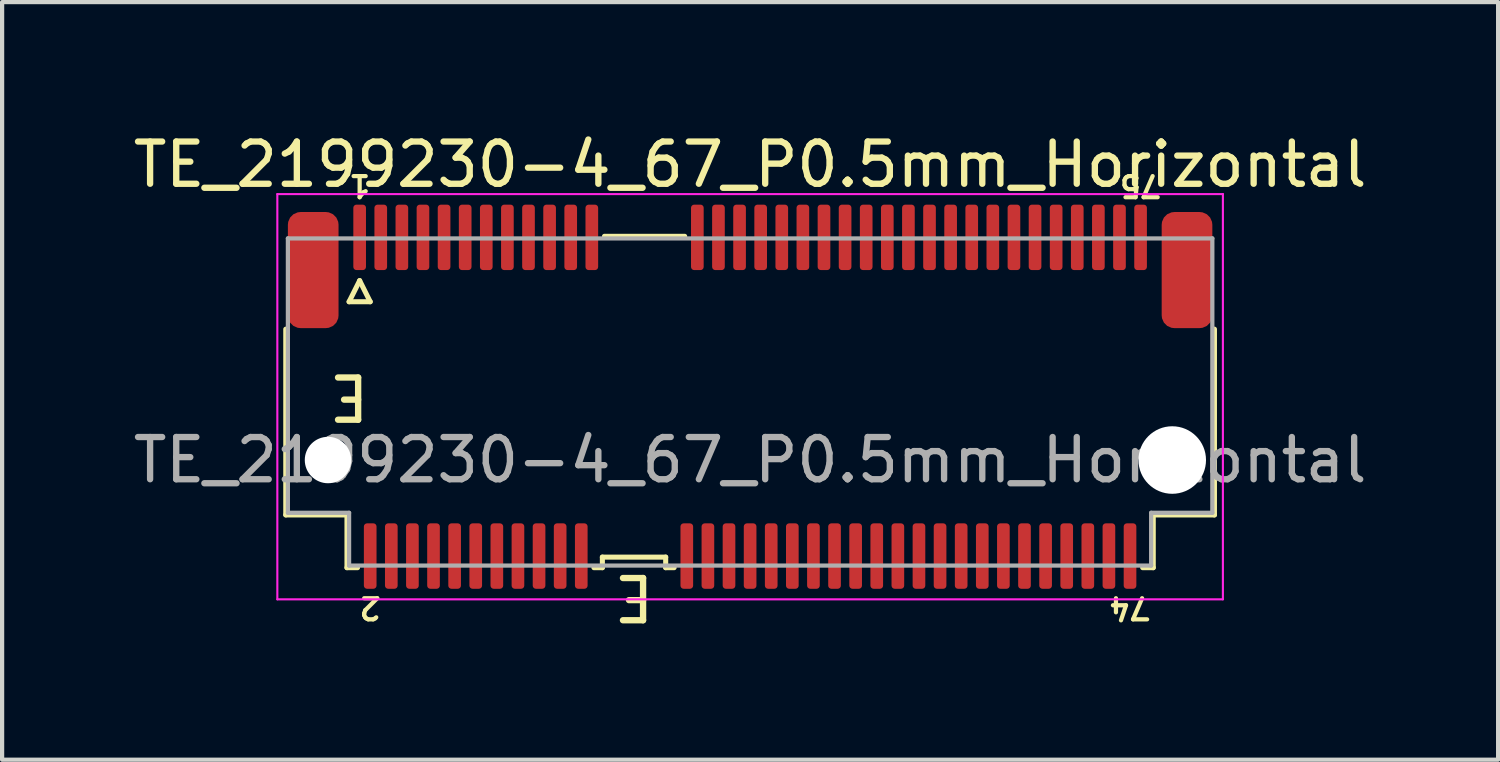
<source format=kicad_pcb>
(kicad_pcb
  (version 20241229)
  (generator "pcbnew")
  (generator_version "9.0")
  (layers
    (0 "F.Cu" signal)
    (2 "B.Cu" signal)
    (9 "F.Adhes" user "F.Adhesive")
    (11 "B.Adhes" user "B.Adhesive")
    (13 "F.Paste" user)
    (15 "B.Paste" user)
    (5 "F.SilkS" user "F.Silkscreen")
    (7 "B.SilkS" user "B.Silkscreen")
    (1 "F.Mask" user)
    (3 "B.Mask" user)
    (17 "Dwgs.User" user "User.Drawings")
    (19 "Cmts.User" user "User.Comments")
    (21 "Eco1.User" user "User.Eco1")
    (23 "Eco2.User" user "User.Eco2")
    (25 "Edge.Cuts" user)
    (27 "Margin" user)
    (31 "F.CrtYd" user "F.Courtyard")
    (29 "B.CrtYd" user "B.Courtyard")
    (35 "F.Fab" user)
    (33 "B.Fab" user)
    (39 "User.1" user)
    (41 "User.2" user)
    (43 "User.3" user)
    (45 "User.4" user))
  (footprint "TE_2199230-4_67_P0.5mm_Horizontal"
    (layer "F.Cu")
    (at 14.72 7.848)
    (property "Reference" "TE_2199230-4_67_P0.5mm_Horizontal" (at 0 -7 0) (unlocked yes) (layer "F.SilkS") (effects (font (size 1 1) (thickness 0.15))))
    (attr smd)
    (fp_line (start -11 -3.1) (end -11 1.3) (stroke (width 0.12) (type solid)) (layer "F.SilkS"))
    (fp_line (start -11 1.3) (end -9.55 1.3) (stroke (width 0.12) (type solid)) (layer "F.SilkS"))
    (fp_line (start -9.55 1.3) (end -9.55 2.55) (stroke (width 0.12) (type solid)) (layer "F.SilkS"))
    (fp_line (start -9.55 2.55) (end -9.3 2.55) (stroke (width 0.12) (type solid)) (layer "F.SilkS"))
    (fp_line (start -9.5 -3.75) (end -9 -3.75) (stroke (width 0.12) (type solid)) (layer "F.SilkS"))
    (fp_line (start -9.25 -4.25) (end -9.5 -3.75) (stroke (width 0.12) (type solid)) (layer "F.SilkS"))
    (fp_line (start -9 -3.75) (end -9.25 -4.25) (stroke (width 0.12) (type solid)) (layer "F.SilkS"))
    (fp_line (start -3.7 2.55) (end -3.5 2.55) (stroke (width 0.12) (type solid)) (layer "F.SilkS"))
    (fp_line (start -3.5 2.3) (end -2 2.3) (stroke (width 0.12) (type solid)) (layer "F.SilkS"))
    (fp_line (start -3.5 2.55) (end -3.5 2.3) (stroke (width 0.12) (type solid)) (layer "F.SilkS"))
    (fp_line (start -3.45 -5.3) (end -1.55 -5.3) (stroke (width 0.12) (type solid)) (layer "F.SilkS"))
    (fp_line (start -2 2.3) (end -2 2.55) (stroke (width 0.12) (type solid)) (layer "F.SilkS"))
    (fp_line (start -2 2.55) (end -1.8 2.55) (stroke (width 0.12) (type solid)) (layer "F.SilkS"))
    (fp_line (start 9.3 2.55) (end 9.55 2.55) (stroke (width 0.12) (type solid)) (layer "F.SilkS"))
    (fp_line (start 9.55 1.3) (end 9.55 2.55) (stroke (width 0.12) (type solid)) (layer "F.SilkS"))
    (fp_line (start 9.55 1.3) (end 11 1.3) (stroke (width 0.12) (type solid)) (layer "F.SilkS"))
    (fp_line (start 11 -3.1) (end 11 1.3) (stroke (width 0.12) (type solid)) (layer "F.SilkS"))
    (fp_line (start -11.2 -6.3) (end 11.2 -6.3) (stroke (width 0.05) (type solid)) (layer "F.CrtYd"))
    (fp_line (start -11.2 3.3) (end -11.2 -6.3) (stroke (width 0.05) (type solid)) (layer "F.CrtYd"))
    (fp_line (start 11.2 -6.3) (end 11.2 3.3) (stroke (width 0.05) (type solid)) (layer "F.CrtYd"))
    (fp_line (start 11.2 3.3) (end -11.2 3.3) (stroke (width 0.05) (type solid)) (layer "F.CrtYd"))
    (fp_line (start -10.95 -5.25) (end 10.95 -5.25) (stroke (width 0.1) (type solid)) (layer "F.Fab"))
    (fp_line (start -10.95 1.25) (end -10.95 -5.25) (stroke (width 0.1) (type solid)) (layer "F.Fab"))
    (fp_line (start -9.5 1.25) (end -10.95 1.25) (stroke (width 0.1) (type solid)) (layer "F.Fab"))
    (fp_line (start -9.5 2.5) (end -9.5 1.25) (stroke (width 0.1) (type solid)) (layer "F.Fab"))
    (fp_line (start 9.5 1.25) (end 9.5 2.5) (stroke (width 0.1) (type solid)) (layer "F.Fab"))
    (fp_line (start 9.5 2.5) (end -9.5 2.5) (stroke (width 0.1) (type solid)) (layer "F.Fab"))
    (fp_line (start 10.95 -5.25) (end 10.95 1.25) (stroke (width 0.1) (type solid)) (layer "F.Fab"))
    (fp_line (start 10.95 1.25) (end 9.5 1.25) (stroke (width 0.1) (type solid)) (layer "F.Fab"))
    (fp_text user "74" (at 9 3.5 180) (unlocked yes) (layer "F.SilkS") (effects (font (size 0.5 0.5) (thickness 0.1))))
    (fp_text user "E" (at -2.75 3.25 180) (unlocked yes) (layer "F.SilkS") (effects (font (size 1 1) (thickness 0.15))))
    (fp_text user "1" (at -9.25 -6.5 180) (unlocked yes) (layer "F.SilkS") (effects (font (size 0.5 0.5) (thickness 0.1))))
    (fp_text user "E" (at -9.5 -1.5 180) (unlocked yes) (layer "F.SilkS") (effects (font (size 1 1) (thickness 0.15))))
    (fp_text user "2" (at -9 3.5 180) (unlocked yes) (layer "F.SilkS") (effects (font (size 0.5 0.5) (thickness 0.1))))
    (fp_text user "75" (at 9.25 -6.5 180) (unlocked yes) (layer "F.SilkS") (effects (font (size 0.5 0.5) (thickness 0.1))))
    (fp_text user "${REFERENCE}" (at 0 0 0) (unlocked yes) (layer "F.Fab") (effects (font (size 1 1) (thickness 0.15))))
    (pad "" np_thru_hole circle (at -10 0) (size 1.1 1.1) (drill 1.1) (layers "*.Cu" "*.Mask"))
    (pad "" np_thru_hole circle (at 10 0) (size 1.6 1.6) (drill 1.6) (layers "*.Cu" "*.Mask"))
    (pad "1" smd roundrect (at -9.25 -5.275) (size 0.3 1.55) (layers "F.Cu" "F.Mask" "F.Paste") (roundrect_rratio 0.25))
    (pad "2" smd roundrect (at -9 2.275) (size 0.3 1.55) (layers "F.Cu" "F.Mask" "F.Paste") (roundrect_rratio 0.25))
    (pad "3" smd roundrect (at -8.75 -5.275) (size 0.3 1.55) (layers "F.Cu" "F.Mask" "F.Paste") (roundrect_rratio 0.25))
    (pad "4" smd roundrect (at -8.5 2.275) (size 0.3 1.55) (layers "F.Cu" "F.Mask" "F.Paste") (roundrect_rratio 0.25))
    (pad "5" smd roundrect (at -8.25 -5.275) (size 0.3 1.55) (layers "F.Cu" "F.Mask" "F.Paste") (roundrect_rratio 0.25))
    (pad "6" smd roundrect (at -8 2.275) (size 0.3 1.55) (layers "F.Cu" "F.Mask" "F.Paste") (roundrect_rratio 0.25))
    (pad "7" smd roundrect (at -7.75 -5.275) (size 0.3 1.55) (layers "F.Cu" "F.Mask" "F.Paste") (roundrect_rratio 0.25))
    (pad "8" smd roundrect (at -7.5 2.275) (size 0.3 1.55) (layers "F.Cu" "F.Mask" "F.Paste") (roundrect_rratio 0.25))
    (pad "9" smd roundrect (at -7.25 -5.275) (size 0.3 1.55) (layers "F.Cu" "F.Mask" "F.Paste") (roundrect_rratio 0.25))
    (pad "10" smd roundrect (at -7 2.275) (size 0.3 1.55) (layers "F.Cu" "F.Mask" "F.Paste") (roundrect_rratio 0.25))
    (pad "11" smd roundrect (at -6.75 -5.275) (size 0.3 1.55) (layers "F.Cu" "F.Mask" "F.Paste") (roundrect_rratio 0.25))
    (pad "12" smd roundrect (at -6.5 2.275) (size 0.3 1.55) (layers "F.Cu" "F.Mask" "F.Paste") (roundrect_rratio 0.25))
    (pad "13" smd roundrect (at -6.25 -5.275) (size 0.3 1.55) (layers "F.Cu" "F.Mask" "F.Paste") (roundrect_rratio 0.25))
    (pad "14" smd roundrect (at -6 2.275) (size 0.3 1.55) (layers "F.Cu" "F.Mask" "F.Paste") (roundrect_rratio 0.25))
    (pad "15" smd roundrect (at -5.75 -5.275) (size 0.3 1.55) (layers "F.Cu" "F.Mask" "F.Paste") (roundrect_rratio 0.25))
    (pad "16" smd roundrect (at -5.5 2.275) (size 0.3 1.55) (layers "F.Cu" "F.Mask" "F.Paste") (roundrect_rratio 0.25))
    (pad "17" smd roundrect (at -5.25 -5.275) (size 0.3 1.55) (layers "F.Cu" "F.Mask" "F.Paste") (roundrect_rratio 0.25))
    (pad "18" smd roundrect (at -5 2.275) (size 0.3 1.55) (layers "F.Cu" "F.Mask" "F.Paste") (roundrect_rratio 0.25))
    (pad "19" smd roundrect (at -4.75 -5.275) (size 0.3 1.55) (layers "F.Cu" "F.Mask" "F.Paste") (roundrect_rratio 0.25))
    (pad "20" smd roundrect (at -4.5 2.275) (size 0.3 1.55) (layers "F.Cu" "F.Mask" "F.Paste") (roundrect_rratio 0.25))
    (pad "21" smd roundrect (at -4.25 -5.275) (size 0.3 1.55) (layers "F.Cu" "F.Mask" "F.Paste") (roundrect_rratio 0.25))
    (pad "22" smd roundrect (at -4 2.275) (size 0.3 1.55) (layers "F.Cu" "F.Mask" "F.Paste") (roundrect_rratio 0.25))
    (pad "23" smd roundrect (at -3.75 -5.275) (size 0.3 1.55) (layers "F.Cu" "F.Mask" "F.Paste") (roundrect_rratio 0.25))
    (pad "32" smd roundrect (at -1.5 2.275) (size 0.3 1.55) (layers "F.Cu" "F.Mask" "F.Paste") (roundrect_rratio 0.25))
    (pad "33" smd roundrect (at -1.25 -5.275) (size 0.3 1.55) (layers "F.Cu" "F.Mask" "F.Paste") (roundrect_rratio 0.25))
    (pad "34" smd roundrect (at -1 2.275) (size 0.3 1.55) (layers "F.Cu" "F.Mask" "F.Paste") (roundrect_rratio 0.25))
    (pad "35" smd roundrect (at -0.75 -5.275) (size 0.3 1.55) (layers "F.Cu" "F.Mask" "F.Paste") (roundrect_rratio 0.25))
    (pad "36" smd roundrect (at -0.5 2.275) (size 0.3 1.55) (layers "F.Cu" "F.Mask" "F.Paste") (roundrect_rratio 0.25))
    (pad "37" smd roundrect (at -0.25 -5.275) (size 0.3 1.55) (layers "F.Cu" "F.Mask" "F.Paste") (roundrect_rratio 0.25))
    (pad "38" smd roundrect (at 0 2.275) (size 0.3 1.55) (layers "F.Cu" "F.Mask" "F.Paste") (roundrect_rratio 0.25))
    (pad "39" smd roundrect (at 0.25 -5.275) (size 0.3 1.55) (layers "F.Cu" "F.Mask" "F.Paste") (roundrect_rratio 0.25))
    (pad "40" smd roundrect (at 0.5 2.275) (size 0.3 1.55) (layers "F.Cu" "F.Mask" "F.Paste") (roundrect_rratio 0.25))
    (pad "41" smd roundrect (at 0.75 -5.275) (size 0.3 1.55) (layers "F.Cu" "F.Mask" "F.Paste") (roundrect_rratio 0.25))
    (pad "42" smd roundrect (at 1 2.275) (size 0.3 1.55) (layers "F.Cu" "F.Mask" "F.Paste") (roundrect_rratio 0.25))
    (pad "43" smd roundrect (at 1.25 -5.275) (size 0.3 1.55) (layers "F.Cu" "F.Mask" "F.Paste") (roundrect_rratio 0.25))
    (pad "44" smd roundrect (at 1.5 2.275) (size 0.3 1.55) (layers "F.Cu" "F.Mask" "F.Paste") (roundrect_rratio 0.25))
    (pad "45" smd roundrect (at 1.75 -5.275) (size 0.3 1.55) (layers "F.Cu" "F.Mask" "F.Paste") (roundrect_rratio 0.25))
    (pad "46" smd roundrect (at 2 2.275) (size 0.3 1.55) (layers "F.Cu" "F.Mask" "F.Paste") (roundrect_rratio 0.25))
    (pad "47" smd roundrect (at 2.25 -5.275) (size 0.3 1.55) (layers "F.Cu" "F.Mask" "F.Paste") (roundrect_rratio 0.25))
    (pad "48" smd roundrect (at 2.5 2.275) (size 0.3 1.55) (layers "F.Cu" "F.Mask" "F.Paste") (roundrect_rratio 0.25))
    (pad "49" smd roundrect (at 2.75 -5.275) (size 0.3 1.55) (layers "F.Cu" "F.Mask" "F.Paste") (roundrect_rratio 0.25))
    (pad "50" smd roundrect (at 3 2.275) (size 0.3 1.55) (layers "F.Cu" "F.Mask" "F.Paste") (roundrect_rratio 0.25))
    (pad "51" smd roundrect (at 3.25 -5.275) (size 0.3 1.55) (layers "F.Cu" "F.Mask" "F.Paste") (roundrect_rratio 0.25))
    (pad "52" smd roundrect (at 3.5 2.275) (size 0.3 1.55) (layers "F.Cu" "F.Mask" "F.Paste") (roundrect_rratio 0.25))
    (pad "53" smd roundrect (at 3.75 -5.275) (size 0.3 1.55) (layers "F.Cu" "F.Mask" "F.Paste") (roundrect_rratio 0.25))
    (pad "54" smd roundrect (at 4 2.275) (size 0.3 1.55) (layers "F.Cu" "F.Mask" "F.Paste") (roundrect_rratio 0.25))
    (pad "55" smd roundrect (at 4.25 -5.275) (size 0.3 1.55) (layers "F.Cu" "F.Mask" "F.Paste") (roundrect_rratio 0.25))
    (pad "56" smd roundrect (at 4.5 2.275) (size 0.3 1.55) (layers "F.Cu" "F.Mask" "F.Paste") (roundrect_rratio 0.25))
    (pad "57" smd roundrect (at 4.75 -5.275) (size 0.3 1.55) (layers "F.Cu" "F.Mask" "F.Paste") (roundrect_rratio 0.25))
    (pad "58" smd roundrect (at 5 2.275) (size 0.3 1.55) (layers "F.Cu" "F.Mask" "F.Paste") (roundrect_rratio 0.25))
    (pad "59" smd roundrect (at 5.25 -5.275) (size 0.3 1.55) (layers "F.Cu" "F.Mask" "F.Paste") (roundrect_rratio 0.25))
    (pad "60" smd roundrect (at 5.5 2.275) (size 0.3 1.55) (layers "F.Cu" "F.Mask" "F.Paste") (roundrect_rratio 0.25))
    (pad "61" smd roundrect (at 5.75 -5.275) (size 0.3 1.55) (layers "F.Cu" "F.Mask" "F.Paste") (roundrect_rratio 0.25))
    (pad "62" smd roundrect (at 6 2.275) (size 0.3 1.55) (layers "F.Cu" "F.Mask" "F.Paste") (roundrect_rratio 0.25))
    (pad "63" smd roundrect (at 6.25 -5.275) (size 0.3 1.55) (layers "F.Cu" "F.Mask" "F.Paste") (roundrect_rratio 0.25))
    (pad "64" smd roundrect (at 6.5 2.275) (size 0.3 1.55) (layers "F.Cu" "F.Mask" "F.Paste") (roundrect_rratio 0.25))
    (pad "65" smd roundrect (at 6.75 -5.275) (size 0.3 1.55) (layers "F.Cu" "F.Mask" "F.Paste") (roundrect_rratio 0.25))
    (pad "66" smd roundrect (at 7 2.275) (size 0.3 1.55) (layers "F.Cu" "F.Mask" "F.Paste") (roundrect_rratio 0.25))
    (pad "67" smd roundrect (at 7.25 -5.275) (size 0.3 1.55) (layers "F.Cu" "F.Mask" "F.Paste") (roundrect_rratio 0.25))
    (pad "68" smd roundrect (at 7.5 2.275) (size 0.3 1.55) (layers "F.Cu" "F.Mask" "F.Paste") (roundrect_rratio 0.25))
    (pad "69" smd roundrect (at 7.75 -5.275) (size 0.3 1.55) (layers "F.Cu" "F.Mask" "F.Paste") (roundrect_rratio 0.25))
    (pad "70" smd roundrect (at 8 2.275) (size 0.3 1.55) (layers "F.Cu" "F.Mask" "F.Paste") (roundrect_rratio 0.25))
    (pad "71" smd roundrect (at 8.25 -5.275) (size 0.3 1.55) (layers "F.Cu" "F.Mask" "F.Paste") (roundrect_rratio 0.25))
    (pad "72" smd roundrect (at 8.5 2.275) (size 0.3 1.55) (layers "F.Cu" "F.Mask" "F.Paste") (roundrect_rratio 0.25))
    (pad "73" smd roundrect (at 8.75 -5.275) (size 0.3 1.55) (layers "F.Cu" "F.Mask" "F.Paste") (roundrect_rratio 0.25))
    (pad "74" smd roundrect (at 9 2.275) (size 0.3 1.55) (layers "F.Cu" "F.Mask" "F.Paste") (roundrect_rratio 0.25))
    (pad "75" smd roundrect (at 9.25 -5.275) (size 0.3 1.55) (layers "F.Cu" "F.Mask" "F.Paste") (roundrect_rratio 0.25))
    (pad "MP" smd roundrect (at -10.35 -4.5) (size 1.2 2.75) (layers "F.Cu" "F.Mask" "F.Paste") (roundrect_rratio 0.25))
    (pad "MP" smd roundrect (at 10.35 -4.5) (size 1.2 2.75) (layers "F.Cu" "F.Mask" "F.Paste") (roundrect_rratio 0.25)))
  (gr_rect
    (start -3 -3)
    (end 32.44 14.947)
    (stroke (width 0.1) (type default))
    (fill no)
    (layer "Edge.Cuts")))
</source>
